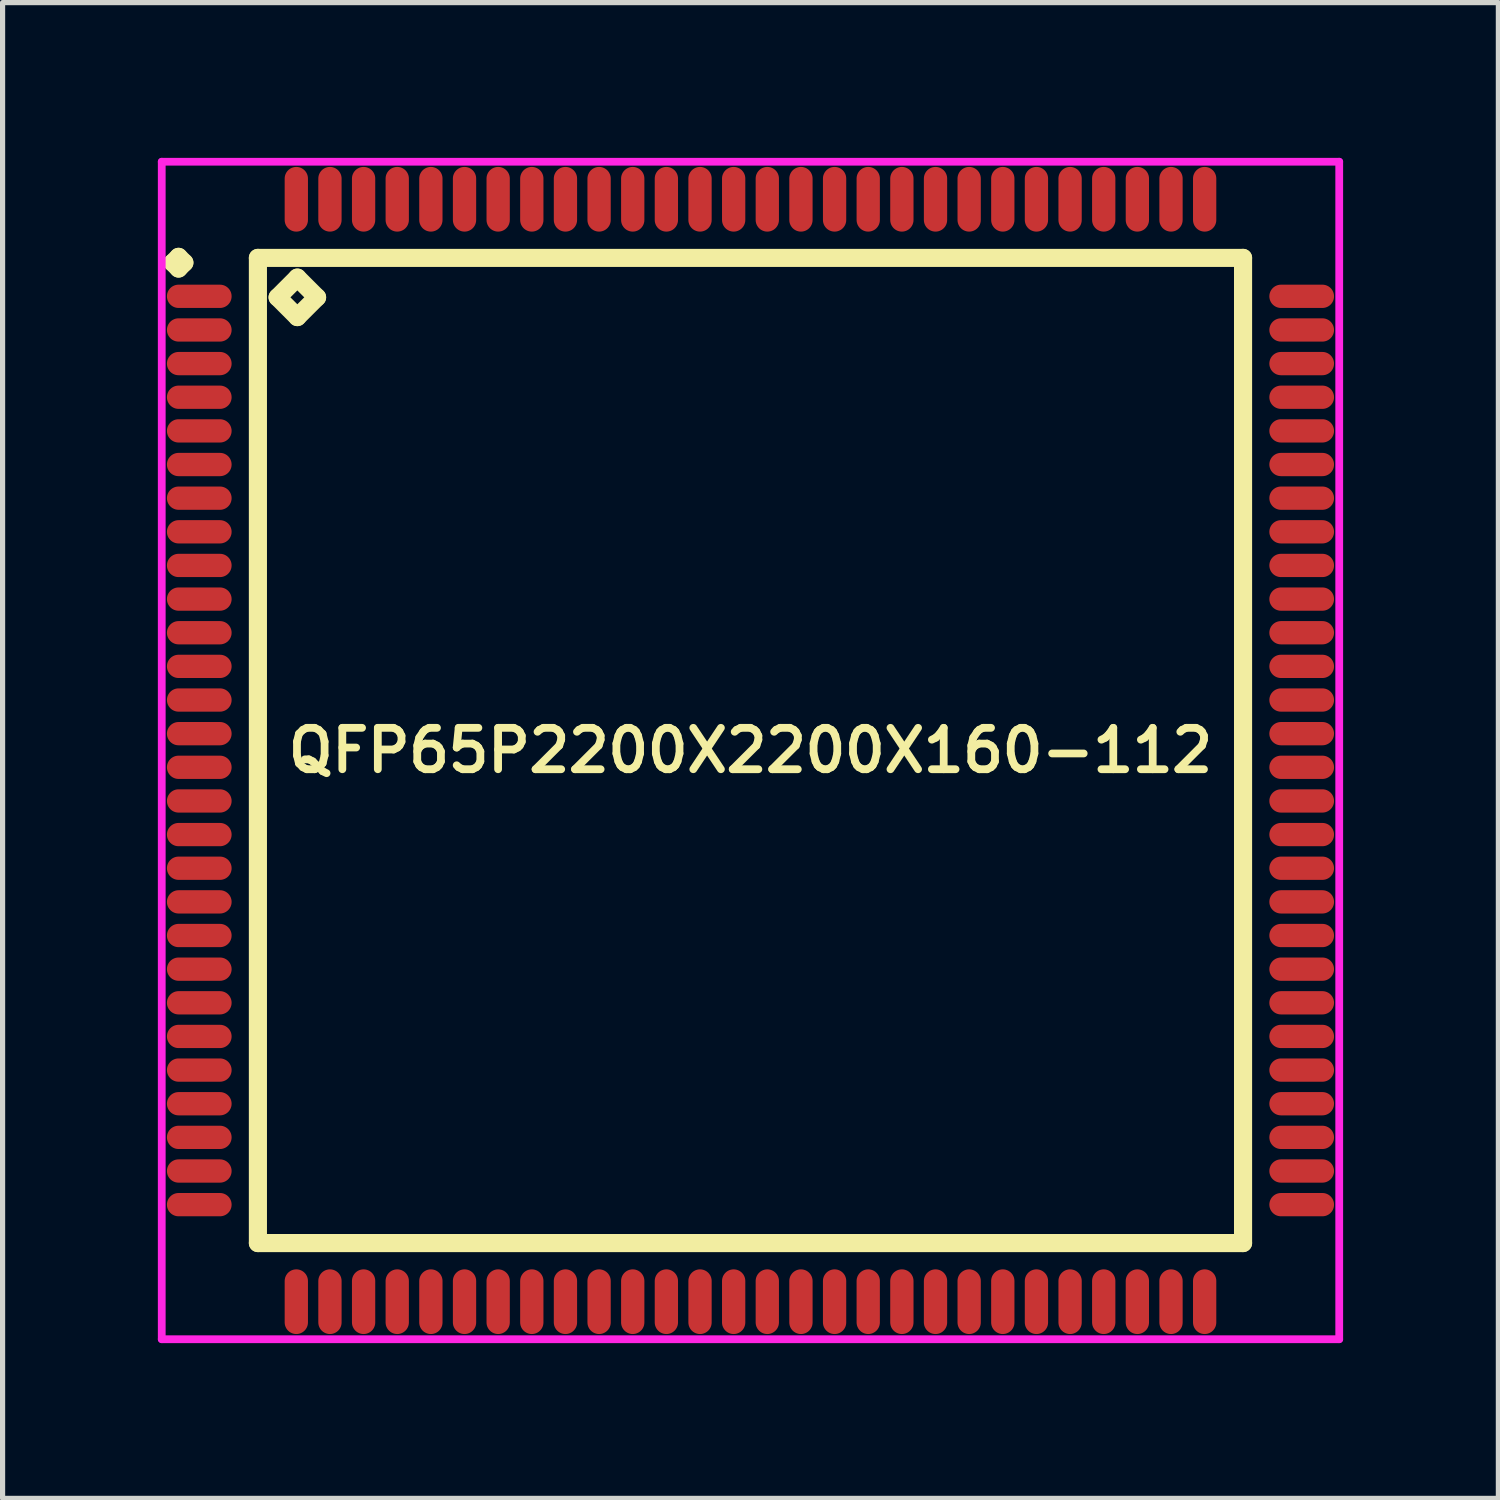
<source format=kicad_pcb>
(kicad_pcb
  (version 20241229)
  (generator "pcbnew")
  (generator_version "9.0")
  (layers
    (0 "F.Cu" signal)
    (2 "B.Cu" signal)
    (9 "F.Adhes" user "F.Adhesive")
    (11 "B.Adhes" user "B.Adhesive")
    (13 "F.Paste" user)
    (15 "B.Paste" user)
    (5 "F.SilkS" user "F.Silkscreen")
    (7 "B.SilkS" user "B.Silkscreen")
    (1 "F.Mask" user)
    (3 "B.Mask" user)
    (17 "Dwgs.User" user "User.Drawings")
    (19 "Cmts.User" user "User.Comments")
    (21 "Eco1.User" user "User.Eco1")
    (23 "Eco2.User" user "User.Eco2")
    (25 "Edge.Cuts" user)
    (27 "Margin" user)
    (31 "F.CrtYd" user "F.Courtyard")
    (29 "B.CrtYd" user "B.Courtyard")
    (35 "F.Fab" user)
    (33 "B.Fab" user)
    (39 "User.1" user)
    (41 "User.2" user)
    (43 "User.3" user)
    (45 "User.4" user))
  (footprint "QFP65P2200X2200X160-112"
    (layer "F.Cu")
    (at 11.45 11.45)
    (property "Reference" "QFP65P2200X2200X160-112" (at 0 0 0) (layer "F.SilkS") (effects (font (size 0.8 0.8) (thickness 0.15))))
    (attr smd)
    (fp_line (start -11.162 -9.425) (end -11.05 -9.537) (stroke (width 0.35) (type solid)) (layer "F.SilkS"))
    (fp_line (start -11.05 -9.537) (end -10.938 -9.425) (stroke (width 0.35) (type solid)) (layer "F.SilkS"))
    (fp_line (start -11.05 -9.312) (end -11.162 -9.425) (stroke (width 0.35) (type solid)) (layer "F.SilkS"))
    (fp_line (start -10.938 -9.425) (end -11.05 -9.312) (stroke (width 0.35) (type solid)) (layer "F.SilkS"))
    (fp_line (start -9.517 -9.517) (end -9.517 9.517) (stroke (width 0.35) (type solid)) (layer "F.SilkS"))
    (fp_line (start -9.517 9.517) (end 9.517 9.517) (stroke (width 0.35) (type solid)) (layer "F.SilkS"))
    (fp_line (start -9.136 -8.755) (end -8.755 -9.136) (stroke (width 0.35) (type solid)) (layer "F.SilkS"))
    (fp_line (start -8.755 -9.136) (end -8.374 -8.755) (stroke (width 0.35) (type solid)) (layer "F.SilkS"))
    (fp_line (start -8.755 -8.374) (end -9.136 -8.755) (stroke (width 0.35) (type solid)) (layer "F.SilkS"))
    (fp_line (start -8.374 -8.755) (end -8.755 -8.374) (stroke (width 0.35) (type solid)) (layer "F.SilkS"))
    (fp_line (start 9.517 -9.517) (end -9.517 -9.517) (stroke (width 0.35) (type solid)) (layer "F.SilkS"))
    (fp_line (start 9.517 9.517) (end 9.517 -9.517) (stroke (width 0.35) (type solid)) (layer "F.SilkS"))
    (fp_line (start -11.375 -11.375) (end 11.375 -11.375) (stroke (width 0.15) (type solid)) (layer "F.CrtYd"))
    (fp_line (start -11.375 11.375) (end -11.375 -11.375) (stroke (width 0.15) (type solid)) (layer "F.CrtYd"))
    (fp_line (start 11.375 -11.375) (end 11.375 11.375) (stroke (width 0.15) (type solid)) (layer "F.CrtYd"))
    (fp_line (start 11.375 11.375) (end -11.375 11.375) (stroke (width 0.15) (type solid)) (layer "F.CrtYd"))
    (pad "1" smd oval (at -10.65 -8.775) (size 1.25 0.45) (layers "F.Cu" "F.Mask" "F.Paste"))
    (pad "2" smd oval (at -10.65 -8.125) (size 1.25 0.45) (layers "F.Cu" "F.Mask" "F.Paste"))
    (pad "3" smd oval (at -10.65 -7.475) (size 1.25 0.45) (layers "F.Cu" "F.Mask" "F.Paste"))
    (pad "4" smd oval (at -10.65 -6.825) (size 1.25 0.45) (layers "F.Cu" "F.Mask" "F.Paste"))
    (pad "5" smd oval (at -10.65 -6.175) (size 1.25 0.45) (layers "F.Cu" "F.Mask" "F.Paste"))
    (pad "6" smd oval (at -10.65 -5.525) (size 1.25 0.45) (layers "F.Cu" "F.Mask" "F.Paste"))
    (pad "7" smd oval (at -10.65 -4.875) (size 1.25 0.45) (layers "F.Cu" "F.Mask" "F.Paste"))
    (pad "8" smd oval (at -10.65 -4.225) (size 1.25 0.45) (layers "F.Cu" "F.Mask" "F.Paste"))
    (pad "9" smd oval (at -10.65 -3.575) (size 1.25 0.45) (layers "F.Cu" "F.Mask" "F.Paste"))
    (pad "10" smd oval (at -10.65 -2.925) (size 1.25 0.45) (layers "F.Cu" "F.Mask" "F.Paste"))
    (pad "11" smd oval (at -10.65 -2.275) (size 1.25 0.45) (layers "F.Cu" "F.Mask" "F.Paste"))
    (pad "12" smd oval (at -10.65 -1.625) (size 1.25 0.45) (layers "F.Cu" "F.Mask" "F.Paste"))
    (pad "13" smd oval (at -10.65 -0.975) (size 1.25 0.45) (layers "F.Cu" "F.Mask" "F.Paste"))
    (pad "14" smd oval (at -10.65 -0.325) (size 1.25 0.45) (layers "F.Cu" "F.Mask" "F.Paste"))
    (pad "15" smd oval (at -10.65 0.325) (size 1.25 0.45) (layers "F.Cu" "F.Mask" "F.Paste"))
    (pad "16" smd oval (at -10.65 0.975) (size 1.25 0.45) (layers "F.Cu" "F.Mask" "F.Paste"))
    (pad "17" smd oval (at -10.65 1.625) (size 1.25 0.45) (layers "F.Cu" "F.Mask" "F.Paste"))
    (pad "18" smd oval (at -10.65 2.275) (size 1.25 0.45) (layers "F.Cu" "F.Mask" "F.Paste"))
    (pad "19" smd oval (at -10.65 2.925) (size 1.25 0.45) (layers "F.Cu" "F.Mask" "F.Paste"))
    (pad "20" smd oval (at -10.65 3.575) (size 1.25 0.45) (layers "F.Cu" "F.Mask" "F.Paste"))
    (pad "21" smd oval (at -10.65 4.225) (size 1.25 0.45) (layers "F.Cu" "F.Mask" "F.Paste"))
    (pad "22" smd oval (at -10.65 4.875) (size 1.25 0.45) (layers "F.Cu" "F.Mask" "F.Paste"))
    (pad "23" smd oval (at -10.65 5.525) (size 1.25 0.45) (layers "F.Cu" "F.Mask" "F.Paste"))
    (pad "24" smd oval (at -10.65 6.175) (size 1.25 0.45) (layers "F.Cu" "F.Mask" "F.Paste"))
    (pad "25" smd oval (at -10.65 6.825) (size 1.25 0.45) (layers "F.Cu" "F.Mask" "F.Paste"))
    (pad "26" smd oval (at -10.65 7.475) (size 1.25 0.45) (layers "F.Cu" "F.Mask" "F.Paste"))
    (pad "27" smd oval (at -10.65 8.125) (size 1.25 0.45) (layers "F.Cu" "F.Mask" "F.Paste"))
    (pad "28" smd oval (at -10.65 8.775) (size 1.25 0.45) (layers "F.Cu" "F.Mask" "F.Paste"))
    (pad "29" smd oval (at -8.775 10.65) (size 0.45 1.25) (layers "F.Cu" "F.Mask" "F.Paste"))
    (pad "30" smd oval (at -8.125 10.65) (size 0.45 1.25) (layers "F.Cu" "F.Mask" "F.Paste"))
    (pad "31" smd oval (at -7.475 10.65) (size 0.45 1.25) (layers "F.Cu" "F.Mask" "F.Paste"))
    (pad "32" smd oval (at -6.825 10.65) (size 0.45 1.25) (layers "F.Cu" "F.Mask" "F.Paste"))
    (pad "33" smd oval (at -6.175 10.65) (size 0.45 1.25) (layers "F.Cu" "F.Mask" "F.Paste"))
    (pad "34" smd oval (at -5.525 10.65) (size 0.45 1.25) (layers "F.Cu" "F.Mask" "F.Paste"))
    (pad "35" smd oval (at -4.875 10.65) (size 0.45 1.25) (layers "F.Cu" "F.Mask" "F.Paste"))
    (pad "36" smd oval (at -4.225 10.65) (size 0.45 1.25) (layers "F.Cu" "F.Mask" "F.Paste"))
    (pad "37" smd oval (at -3.575 10.65) (size 0.45 1.25) (layers "F.Cu" "F.Mask" "F.Paste"))
    (pad "38" smd oval (at -2.925 10.65) (size 0.45 1.25) (layers "F.Cu" "F.Mask" "F.Paste"))
    (pad "39" smd oval (at -2.275 10.65) (size 0.45 1.25) (layers "F.Cu" "F.Mask" "F.Paste"))
    (pad "40" smd oval (at -1.625 10.65) (size 0.45 1.25) (layers "F.Cu" "F.Mask" "F.Paste"))
    (pad "41" smd oval (at -0.975 10.65) (size 0.45 1.25) (layers "F.Cu" "F.Mask" "F.Paste"))
    (pad "42" smd oval (at -0.325 10.65) (size 0.45 1.25) (layers "F.Cu" "F.Mask" "F.Paste"))
    (pad "43" smd oval (at 0.325 10.65) (size 0.45 1.25) (layers "F.Cu" "F.Mask" "F.Paste"))
    (pad "44" smd oval (at 0.975 10.65) (size 0.45 1.25) (layers "F.Cu" "F.Mask" "F.Paste"))
    (pad "45" smd oval (at 1.625 10.65) (size 0.45 1.25) (layers "F.Cu" "F.Mask" "F.Paste"))
    (pad "46" smd oval (at 2.275 10.65) (size 0.45 1.25) (layers "F.Cu" "F.Mask" "F.Paste"))
    (pad "47" smd oval (at 2.925 10.65) (size 0.45 1.25) (layers "F.Cu" "F.Mask" "F.Paste"))
    (pad "48" smd oval (at 3.575 10.65) (size 0.45 1.25) (layers "F.Cu" "F.Mask" "F.Paste"))
    (pad "49" smd oval (at 4.225 10.65) (size 0.45 1.25) (layers "F.Cu" "F.Mask" "F.Paste"))
    (pad "50" smd oval (at 4.875 10.65) (size 0.45 1.25) (layers "F.Cu" "F.Mask" "F.Paste"))
    (pad "51" smd oval (at 5.525 10.65) (size 0.45 1.25) (layers "F.Cu" "F.Mask" "F.Paste"))
    (pad "52" smd oval (at 6.175 10.65) (size 0.45 1.25) (layers "F.Cu" "F.Mask" "F.Paste"))
    (pad "53" smd oval (at 6.825 10.65) (size 0.45 1.25) (layers "F.Cu" "F.Mask" "F.Paste"))
    (pad "54" smd oval (at 7.475 10.65) (size 0.45 1.25) (layers "F.Cu" "F.Mask" "F.Paste"))
    (pad "55" smd oval (at 8.125 10.65) (size 0.45 1.25) (layers "F.Cu" "F.Mask" "F.Paste"))
    (pad "56" smd oval (at 8.775 10.65) (size 0.45 1.25) (layers "F.Cu" "F.Mask" "F.Paste"))
    (pad "57" smd oval (at 10.65 8.775) (size 1.25 0.45) (layers "F.Cu" "F.Mask" "F.Paste"))
    (pad "58" smd oval (at 10.65 8.125) (size 1.25 0.45) (layers "F.Cu" "F.Mask" "F.Paste"))
    (pad "59" smd oval (at 10.65 7.475) (size 1.25 0.45) (layers "F.Cu" "F.Mask" "F.Paste"))
    (pad "60" smd oval (at 10.65 6.825) (size 1.25 0.45) (layers "F.Cu" "F.Mask" "F.Paste"))
    (pad "61" smd oval (at 10.65 6.175) (size 1.25 0.45) (layers "F.Cu" "F.Mask" "F.Paste"))
    (pad "62" smd oval (at 10.65 5.525) (size 1.25 0.45) (layers "F.Cu" "F.Mask" "F.Paste"))
    (pad "63" smd oval (at 10.65 4.875) (size 1.25 0.45) (layers "F.Cu" "F.Mask" "F.Paste"))
    (pad "64" smd oval (at 10.65 4.225) (size 1.25 0.45) (layers "F.Cu" "F.Mask" "F.Paste"))
    (pad "65" smd oval (at 10.65 3.575) (size 1.25 0.45) (layers "F.Cu" "F.Mask" "F.Paste"))
    (pad "66" smd oval (at 10.65 2.925) (size 1.25 0.45) (layers "F.Cu" "F.Mask" "F.Paste"))
    (pad "67" smd oval (at 10.65 2.275) (size 1.25 0.45) (layers "F.Cu" "F.Mask" "F.Paste"))
    (pad "68" smd oval (at 10.65 1.625) (size 1.25 0.45) (layers "F.Cu" "F.Mask" "F.Paste"))
    (pad "69" smd oval (at 10.65 0.975) (size 1.25 0.45) (layers "F.Cu" "F.Mask" "F.Paste"))
    (pad "70" smd oval (at 10.65 0.325) (size 1.25 0.45) (layers "F.Cu" "F.Mask" "F.Paste"))
    (pad "71" smd oval (at 10.65 -0.325) (size 1.25 0.45) (layers "F.Cu" "F.Mask" "F.Paste"))
    (pad "72" smd oval (at 10.65 -0.975) (size 1.25 0.45) (layers "F.Cu" "F.Mask" "F.Paste"))
    (pad "73" smd oval (at 10.65 -1.625) (size 1.25 0.45) (layers "F.Cu" "F.Mask" "F.Paste"))
    (pad "74" smd oval (at 10.65 -2.275) (size 1.25 0.45) (layers "F.Cu" "F.Mask" "F.Paste"))
    (pad "75" smd oval (at 10.65 -2.925) (size 1.25 0.45) (layers "F.Cu" "F.Mask" "F.Paste"))
    (pad "76" smd oval (at 10.65 -3.575) (size 1.25 0.45) (layers "F.Cu" "F.Mask" "F.Paste"))
    (pad "77" smd oval (at 10.65 -4.225) (size 1.25 0.45) (layers "F.Cu" "F.Mask" "F.Paste"))
    (pad "78" smd oval (at 10.65 -4.875) (size 1.25 0.45) (layers "F.Cu" "F.Mask" "F.Paste"))
    (pad "79" smd oval (at 10.65 -5.525) (size 1.25 0.45) (layers "F.Cu" "F.Mask" "F.Paste"))
    (pad "80" smd oval (at 10.65 -6.175) (size 1.25 0.45) (layers "F.Cu" "F.Mask" "F.Paste"))
    (pad "81" smd oval (at 10.65 -6.825) (size 1.25 0.45) (layers "F.Cu" "F.Mask" "F.Paste"))
    (pad "82" smd oval (at 10.65 -7.475) (size 1.25 0.45) (layers "F.Cu" "F.Mask" "F.Paste"))
    (pad "83" smd oval (at 10.65 -8.125) (size 1.25 0.45) (layers "F.Cu" "F.Mask" "F.Paste"))
    (pad "84" smd oval (at 10.65 -8.775) (size 1.25 0.45) (layers "F.Cu" "F.Mask" "F.Paste"))
    (pad "85" smd oval (at 8.775 -10.65) (size 0.45 1.25) (layers "F.Cu" "F.Mask" "F.Paste"))
    (pad "86" smd oval (at 8.125 -10.65) (size 0.45 1.25) (layers "F.Cu" "F.Mask" "F.Paste"))
    (pad "87" smd oval (at 7.475 -10.65) (size 0.45 1.25) (layers "F.Cu" "F.Mask" "F.Paste"))
    (pad "88" smd oval (at 6.825 -10.65) (size 0.45 1.25) (layers "F.Cu" "F.Mask" "F.Paste"))
    (pad "89" smd oval (at 6.175 -10.65) (size 0.45 1.25) (layers "F.Cu" "F.Mask" "F.Paste"))
    (pad "90" smd oval (at 5.525 -10.65) (size 0.45 1.25) (layers "F.Cu" "F.Mask" "F.Paste"))
    (pad "91" smd oval (at 4.875 -10.65) (size 0.45 1.25) (layers "F.Cu" "F.Mask" "F.Paste"))
    (pad "92" smd oval (at 4.225 -10.65) (size 0.45 1.25) (layers "F.Cu" "F.Mask" "F.Paste"))
    (pad "93" smd oval (at 3.575 -10.65) (size 0.45 1.25) (layers "F.Cu" "F.Mask" "F.Paste"))
    (pad "94" smd oval (at 2.925 -10.65) (size 0.45 1.25) (layers "F.Cu" "F.Mask" "F.Paste"))
    (pad "95" smd oval (at 2.275 -10.65) (size 0.45 1.25) (layers "F.Cu" "F.Mask" "F.Paste"))
    (pad "96" smd oval (at 1.625 -10.65) (size 0.45 1.25) (layers "F.Cu" "F.Mask" "F.Paste"))
    (pad "97" smd oval (at 0.975 -10.65) (size 0.45 1.25) (layers "F.Cu" "F.Mask" "F.Paste"))
    (pad "98" smd oval (at 0.325 -10.65) (size 0.45 1.25) (layers "F.Cu" "F.Mask" "F.Paste"))
    (pad "99" smd oval (at -0.325 -10.65) (size 0.45 1.25) (layers "F.Cu" "F.Mask" "F.Paste"))
    (pad "100" smd oval (at -0.975 -10.65) (size 0.45 1.25) (layers "F.Cu" "F.Mask" "F.Paste"))
    (pad "101" smd oval (at -1.625 -10.65) (size 0.45 1.25) (layers "F.Cu" "F.Mask" "F.Paste"))
    (pad "102" smd oval (at -2.275 -10.65) (size 0.45 1.25) (layers "F.Cu" "F.Mask" "F.Paste"))
    (pad "103" smd oval (at -2.925 -10.65) (size 0.45 1.25) (layers "F.Cu" "F.Mask" "F.Paste"))
    (pad "104" smd oval (at -3.575 -10.65) (size 0.45 1.25) (layers "F.Cu" "F.Mask" "F.Paste"))
    (pad "105" smd oval (at -4.225 -10.65) (size 0.45 1.25) (layers "F.Cu" "F.Mask" "F.Paste"))
    (pad "106" smd oval (at -4.875 -10.65) (size 0.45 1.25) (layers "F.Cu" "F.Mask" "F.Paste"))
    (pad "107" smd oval (at -5.525 -10.65) (size 0.45 1.25) (layers "F.Cu" "F.Mask" "F.Paste"))
    (pad "108" smd oval (at -6.175 -10.65) (size 0.45 1.25) (layers "F.Cu" "F.Mask" "F.Paste"))
    (pad "109" smd oval (at -6.825 -10.65) (size 0.45 1.25) (layers "F.Cu" "F.Mask" "F.Paste"))
    (pad "110" smd oval (at -7.475 -10.65) (size 0.45 1.25) (layers "F.Cu" "F.Mask" "F.Paste"))
    (pad "111" smd oval (at -8.125 -10.65) (size 0.45 1.25) (layers "F.Cu" "F.Mask" "F.Paste"))
    (pad "112" smd oval (at -8.775 -10.65) (size 0.45 1.25) (layers "F.Cu" "F.Mask" "F.Paste")))
  (gr_rect
    (start -3 -3)
    (end 25.9 25.9)
    (stroke (width 0.1) (type default))
    (fill no)
    (layer "Edge.Cuts")))
</source>
